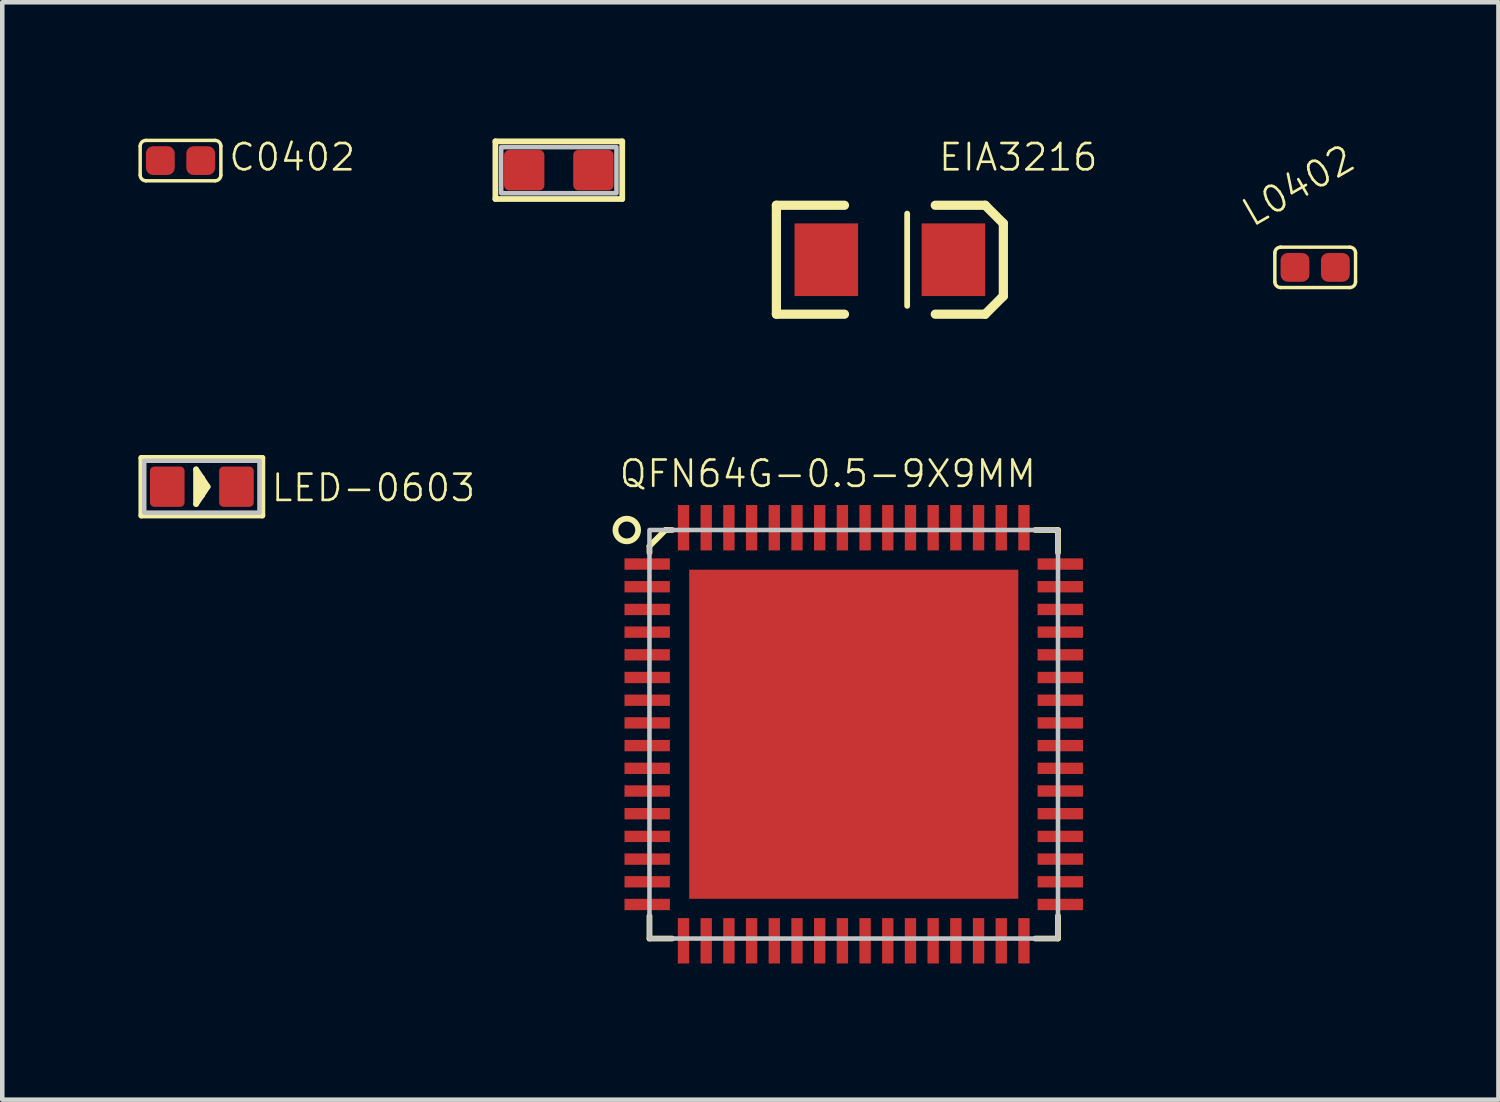
<source format=kicad_pcb>
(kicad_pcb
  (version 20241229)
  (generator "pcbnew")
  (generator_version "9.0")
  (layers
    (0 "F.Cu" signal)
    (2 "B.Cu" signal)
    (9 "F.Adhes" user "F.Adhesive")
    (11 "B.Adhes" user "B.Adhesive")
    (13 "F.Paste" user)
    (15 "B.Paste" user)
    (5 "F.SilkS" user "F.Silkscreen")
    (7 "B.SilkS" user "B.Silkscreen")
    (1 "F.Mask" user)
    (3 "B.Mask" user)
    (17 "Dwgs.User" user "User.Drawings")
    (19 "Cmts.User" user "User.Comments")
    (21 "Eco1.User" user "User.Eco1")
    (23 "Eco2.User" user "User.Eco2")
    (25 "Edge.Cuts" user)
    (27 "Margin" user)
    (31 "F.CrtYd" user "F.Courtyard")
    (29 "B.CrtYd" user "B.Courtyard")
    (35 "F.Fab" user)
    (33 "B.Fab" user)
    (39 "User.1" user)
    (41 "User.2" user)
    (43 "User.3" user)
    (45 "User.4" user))
  (footprint "QFN64G-0.5-9X9MM"
    (layer "F.Cu")
    (at 15.758 13.126)
    (property "Reference" "QFN64G-0.5-9X9MM" (at -5.2 -5.4 180) (layer "F.SilkS") (effects (font (size 0.579 0.579) (thickness 0.058)) (justify left bottom)))
    (attr through_hole)
    (fp_line (start -4.5 -4.146) (end -4.5 -4) (stroke (width 0.127) (type solid)) (layer "F.SilkS"))
    (fp_line (start -4.5 4.5) (end -4.5 4) (stroke (width 0.127) (type solid)) (layer "F.SilkS"))
    (fp_line (start -4.146 -4.5) (end -4.5 -4.146) (stroke (width 0.127) (type solid)) (layer "F.SilkS"))
    (fp_line (start -4 -4.5) (end -4.146 -4.5) (stroke (width 0.127) (type solid)) (layer "F.SilkS"))
    (fp_line (start -4 4.5) (end -4.5 4.5) (stroke (width 0.127) (type solid)) (layer "F.SilkS"))
    (fp_line (start 4 -4.5) (end 4.5 -4.5) (stroke (width 0.127) (type solid)) (layer "F.SilkS"))
    (fp_line (start 4 4.5) (end 4.5 4.5) (stroke (width 0.127) (type solid)) (layer "F.SilkS"))
    (fp_line (start 4.5 -4.5) (end 4.5 -4) (stroke (width 0.127) (type solid)) (layer "F.SilkS"))
    (fp_line (start 4.5 4.5) (end 4.5 4) (stroke (width 0.127) (type solid)) (layer "F.SilkS"))
    (fp_circle (center -5 -4.5) (end -4.75 -4.5) (stroke (width 0.127) (type solid)) (fill no) (layer "F.SilkS"))
    (fp_poly (pts (xy -3.5 -0.25) (xy -0.25 -0.25) (xy -0.25 -3.5) (xy -3.5 -3.5)) (stroke (width 0) (type solid)) (fill yes) (layer "F.Paste"))
    (fp_poly (pts (xy -3.5 3.5) (xy -0.25 3.5) (xy -0.25 0.25) (xy -3.5 0.25)) (stroke (width 0) (type solid)) (fill yes) (layer "F.Paste"))
    (fp_poly (pts (xy 0.25 -0.25) (xy 3.5 -0.25) (xy 3.5 -3.5) (xy 0.25 -3.5)) (stroke (width 0) (type solid)) (fill yes) (layer "F.Paste"))
    (fp_poly (pts (xy 0.25 3.5) (xy 3.5 3.5) (xy 3.5 0.25) (xy 0.25 0.25)) (stroke (width 0) (type solid)) (fill yes) (layer "F.Paste"))
    (fp_poly (pts (xy -4.5 4.5) (xy 4.5 4.5) (xy 4.5 -4.5) (xy -4.5 -4.5)) (stroke (width 0.1) (type solid)) (fill no) (layer "Dwgs.User"))
    (pad "1" smd rect (at -4.55 -3.75) (size 1 0.25) (layers "F.Cu" "F.Mask" "F.Paste"))
    (pad "2" smd rect (at -4.55 -3.25) (size 1 0.25) (layers "F.Cu" "F.Mask" "F.Paste"))
    (pad "3" smd rect (at -4.55 -2.75) (size 1 0.25) (layers "F.Cu" "F.Mask" "F.Paste"))
    (pad "4" smd rect (at -4.55 -2.25) (size 1 0.25) (layers "F.Cu" "F.Mask" "F.Paste"))
    (pad "5" smd rect (at -4.55 -1.75) (size 1 0.25) (layers "F.Cu" "F.Mask" "F.Paste"))
    (pad "6" smd rect (at -4.55 -1.25) (size 1 0.25) (layers "F.Cu" "F.Mask" "F.Paste"))
    (pad "7" smd rect (at -4.55 -0.75) (size 1 0.25) (layers "F.Cu" "F.Mask" "F.Paste"))
    (pad "8" smd rect (at -4.55 -0.25) (size 1 0.25) (layers "F.Cu" "F.Mask" "F.Paste"))
    (pad "9" smd rect (at -4.55 0.25) (size 1 0.25) (layers "F.Cu" "F.Mask" "F.Paste"))
    (pad "10" smd rect (at -4.55 0.75) (size 1 0.25) (layers "F.Cu" "F.Mask" "F.Paste"))
    (pad "11" smd rect (at -4.55 1.25) (size 1 0.25) (layers "F.Cu" "F.Mask" "F.Paste"))
    (pad "12" smd rect (at -4.55 1.75) (size 1 0.25) (layers "F.Cu" "F.Mask" "F.Paste"))
    (pad "13" smd rect (at -4.55 2.25) (size 1 0.25) (layers "F.Cu" "F.Mask" "F.Paste"))
    (pad "14" smd rect (at -4.55 2.75) (size 1 0.25) (layers "F.Cu" "F.Mask" "F.Paste"))
    (pad "15" smd rect (at -4.55 3.25) (size 1 0.25) (layers "F.Cu" "F.Mask" "F.Paste"))
    (pad "16" smd rect (at -4.55 3.75) (size 1 0.25) (layers "F.Cu" "F.Mask" "F.Paste"))
    (pad "17" smd rect (at -3.75 4.55 90) (size 1 0.25) (layers "F.Cu" "F.Mask" "F.Paste"))
    (pad "18" smd rect (at -3.25 4.55 90) (size 1 0.25) (layers "F.Cu" "F.Mask" "F.Paste"))
    (pad "19" smd rect (at -2.75 4.55 90) (size 1 0.25) (layers "F.Cu" "F.Mask" "F.Paste"))
    (pad "20" smd rect (at -2.25 4.55 90) (size 1 0.25) (layers "F.Cu" "F.Mask" "F.Paste"))
    (pad "21" smd rect (at -1.75 4.55 90) (size 1 0.25) (layers "F.Cu" "F.Mask" "F.Paste"))
    (pad "22" smd rect (at -1.25 4.55 90) (size 1 0.25) (layers "F.Cu" "F.Mask" "F.Paste"))
    (pad "23" smd rect (at -0.75 4.55 90) (size 1 0.25) (layers "F.Cu" "F.Mask" "F.Paste"))
    (pad "24" smd rect (at -0.25 4.55 90) (size 1 0.25) (layers "F.Cu" "F.Mask" "F.Paste"))
    (pad "25" smd rect (at 0.25 4.55 90) (size 1 0.25) (layers "F.Cu" "F.Mask" "F.Paste"))
    (pad "26" smd rect (at 0.75 4.55 90) (size 1 0.25) (layers "F.Cu" "F.Mask" "F.Paste"))
    (pad "27" smd rect (at 1.25 4.55 90) (size 1 0.25) (layers "F.Cu" "F.Mask" "F.Paste"))
    (pad "28" smd rect (at 1.75 4.55 90) (size 1 0.25) (layers "F.Cu" "F.Mask" "F.Paste"))
    (pad "29" smd rect (at 2.25 4.55 90) (size 1 0.25) (layers "F.Cu" "F.Mask" "F.Paste"))
    (pad "30" smd rect (at 2.75 4.55 90) (size 1 0.25) (layers "F.Cu" "F.Mask" "F.Paste"))
    (pad "31" smd rect (at 3.25 4.55 90) (size 1 0.25) (layers "F.Cu" "F.Mask" "F.Paste"))
    (pad "32" smd rect (at 3.75 4.55 90) (size 1 0.25) (layers "F.Cu" "F.Mask" "F.Paste"))
    (pad "33" smd rect (at 4.55 3.75 180) (size 1 0.25) (layers "F.Cu" "F.Mask" "F.Paste"))
    (pad "34" smd rect (at 4.55 3.25 180) (size 1 0.25) (layers "F.Cu" "F.Mask" "F.Paste"))
    (pad "35" smd rect (at 4.55 2.75 180) (size 1 0.25) (layers "F.Cu" "F.Mask" "F.Paste"))
    (pad "36" smd rect (at 4.55 2.25 180) (size 1 0.25) (layers "F.Cu" "F.Mask" "F.Paste"))
    (pad "37" smd rect (at 4.55 1.75 180) (size 1 0.25) (layers "F.Cu" "F.Mask" "F.Paste"))
    (pad "38" smd rect (at 4.55 1.25 180) (size 1 0.25) (layers "F.Cu" "F.Mask" "F.Paste"))
    (pad "39" smd rect (at 4.55 0.75 180) (size 1 0.25) (layers "F.Cu" "F.Mask" "F.Paste"))
    (pad "40" smd rect (at 4.55 0.25 180) (size 1 0.25) (layers "F.Cu" "F.Mask" "F.Paste"))
    (pad "41" smd rect (at 4.55 -0.25 180) (size 1 0.25) (layers "F.Cu" "F.Mask" "F.Paste"))
    (pad "42" smd rect (at 4.55 -0.75 180) (size 1 0.25) (layers "F.Cu" "F.Mask" "F.Paste"))
    (pad "43" smd rect (at 4.55 -1.25 180) (size 1 0.25) (layers "F.Cu" "F.Mask" "F.Paste"))
    (pad "44" smd rect (at 4.55 -1.75 180) (size 1 0.25) (layers "F.Cu" "F.Mask" "F.Paste"))
    (pad "45" smd rect (at 4.55 -2.25 180) (size 1 0.25) (layers "F.Cu" "F.Mask" "F.Paste"))
    (pad "46" smd rect (at 4.55 -2.75 180) (size 1 0.25) (layers "F.Cu" "F.Mask" "F.Paste"))
    (pad "47" smd rect (at 4.55 -3.25 180) (size 1 0.25) (layers "F.Cu" "F.Mask" "F.Paste"))
    (pad "48" smd rect (at 4.55 -3.75 180) (size 1 0.25) (layers "F.Cu" "F.Mask" "F.Paste"))
    (pad "49" smd rect (at 3.75 -4.55 270) (size 1 0.25) (layers "F.Cu" "F.Mask" "F.Paste"))
    (pad "50" smd rect (at 3.25 -4.55 270) (size 1 0.25) (layers "F.Cu" "F.Mask" "F.Paste"))
    (pad "51" smd rect (at 2.75 -4.55 270) (size 1 0.25) (layers "F.Cu" "F.Mask" "F.Paste"))
    (pad "52" smd rect (at 2.25 -4.55 270) (size 1 0.25) (layers "F.Cu" "F.Mask" "F.Paste"))
    (pad "53" smd rect (at 1.75 -4.55 270) (size 1 0.25) (layers "F.Cu" "F.Mask" "F.Paste"))
    (pad "54" smd rect (at 1.25 -4.55 270) (size 1 0.25) (layers "F.Cu" "F.Mask" "F.Paste"))
    (pad "55" smd rect (at 0.75 -4.55 270) (size 1 0.25) (layers "F.Cu" "F.Mask" "F.Paste"))
    (pad "56" smd rect (at 0.25 -4.55 270) (size 1 0.25) (layers "F.Cu" "F.Mask" "F.Paste"))
    (pad "57" smd rect (at -0.25 -4.55 270) (size 1 0.25) (layers "F.Cu" "F.Mask" "F.Paste"))
    (pad "58" smd rect (at -0.75 -4.55 270) (size 1 0.25) (layers "F.Cu" "F.Mask" "F.Paste"))
    (pad "59" smd rect (at -1.25 -4.55 270) (size 1 0.25) (layers "F.Cu" "F.Mask" "F.Paste"))
    (pad "60" smd rect (at -1.75 -4.55 270) (size 1 0.25) (layers "F.Cu" "F.Mask" "F.Paste"))
    (pad "61" smd rect (at -2.25 -4.55 270) (size 1 0.25) (layers "F.Cu" "F.Mask" "F.Paste"))
    (pad "62" smd rect (at -2.75 -4.55 270) (size 1 0.25) (layers "F.Cu" "F.Mask" "F.Paste"))
    (pad "63" smd rect (at -3.25 -4.55 270) (size 1 0.25) (layers "F.Cu" "F.Mask" "F.Paste"))
    (pad "64" smd rect (at -3.75 -4.55 270) (size 1 0.25) (layers "F.Cu" "F.Mask" "F.Paste"))
    (pad "65" smd rect (at 0 0) (size 7.25 7.25) (layers "F.Cu" "F.Mask")))
  (footprint "C0603"
    (layer "F.Cu")
    (at 9.261 0.699)
    (property "Reference" "C0603" (at -1.27 0.254 0) (layer "F.Mask") (effects (font (size 0.603 0.603) (thickness 0.06)) (justify left bottom)))
    (attr through_hole)
    (fp_line (start -1.397 -0.635) (end 1.397 -0.635) (stroke (width 0.127) (type solid)) (layer "F.SilkS"))
    (fp_line (start -1.397 0.635) (end -1.397 -0.635) (stroke (width 0.127) (type solid)) (layer "F.SilkS"))
    (fp_line (start 1.397 -0.635) (end 1.397 0.635) (stroke (width 0.127) (type solid)) (layer "F.SilkS"))
    (fp_line (start 1.397 0.635) (end -1.397 0.635) (stroke (width 0.127) (type solid)) (layer "F.SilkS"))
    (fp_poly (pts (xy -1.27 0.508) (xy 1.27 0.508) (xy 1.27 -0.508) (xy -1.27 -0.508)) (stroke (width 0.1) (type solid)) (fill no) (layer "Dwgs.User"))
    (pad "1" smd roundrect (at -0.762 0) (size 0.889 0.889) (layers "F.Cu" "F.Mask" "F.Paste") (roundrect_rratio 0.125))
    (pad "2" smd roundrect (at 0.762 0) (size 0.889 0.889) (layers "F.Cu" "F.Mask" "F.Paste") (roundrect_rratio 0.125)))
  (footprint "L0402"
    (layer "F.Cu")
    (at 25.924 2.84)
    (property "Reference" "L0402" (at -1.393 -0.822 30) (layer "F.SilkS") (effects (font (size 0.579 0.579) (thickness 0.058)) (justify left bottom)))
    (attr through_hole)
    (fp_line (start -0.889 0.318) (end -0.889 -0.318) (stroke (width 0.076) (type solid)) (layer "F.SilkS"))
    (fp_line (start -0.762 -0.445) (end 0.762 -0.445) (stroke (width 0.076) (type solid)) (layer "F.SilkS"))
    (fp_line (start 0.762 0.445) (end -0.762 0.445) (stroke (width 0.076) (type solid)) (layer "F.SilkS"))
    (fp_line (start 0.889 -0.318) (end 0.889 0.318) (stroke (width 0.076) (type solid)) (layer "F.SilkS"))
    (fp_arc (start -0.889 -0.3175) (mid -0.851803 -0.407303) (end -0.762 -0.4445) (stroke (width 0.0762) (type solid)) (layer "F.SilkS"))
    (fp_arc (start -0.762 0.4445) (mid -0.851803 0.407303) (end -0.889 0.3175) (stroke (width 0.0762) (type solid)) (layer "F.SilkS"))
    (fp_arc (start 0.762 -0.4445) (mid 0.851803 -0.407303) (end 0.889 -0.3175) (stroke (width 0.0762) (type solid)) (layer "F.SilkS"))
    (fp_arc (start 0.889 0.3175) (mid 0.851803 0.407303) (end 0.762 0.4445) (stroke (width 0.0762) (type solid)) (layer "F.SilkS"))
    (pad "1" smd roundrect (at -0.445 0) (size 0.635 0.635) (layers "F.Cu" "F.Mask" "F.Paste") (roundrect_rratio 0.25))
    (pad "2" smd roundrect (at 0.445 0) (size 0.635 0.635) (layers "F.Cu" "F.Mask" "F.Paste") (roundrect_rratio 0.25)))
  (footprint "EIA3216"
    (layer "F.Cu")
    (at 16.554 2.672)
    (property "Reference" "EIA3216" (at 1.04 -1.919 0) (layer "F.SilkS") (effects (font (size 0.579 0.579) (thickness 0.058)) (justify left bottom)))
    (attr through_hole)
    (fp_line (start -2.5 -1.2) (end -1 -1.2) (stroke (width 0.203) (type solid)) (layer "F.SilkS"))
    (fp_line (start -2.5 1.2) (end -2.5 -1.2) (stroke (width 0.203) (type solid)) (layer "F.SilkS"))
    (fp_line (start -1 1.2) (end -2.5 1.2) (stroke (width 0.203) (type solid)) (layer "F.SilkS"))
    (fp_line (start 0.381 -1.016) (end 0.381 1.016) (stroke (width 0.127) (type solid)) (layer "F.SilkS"))
    (fp_line (start 1 1.2) (end 2.1 1.2) (stroke (width 0.203) (type solid)) (layer "F.SilkS"))
    (fp_line (start 2.1 -1.2) (end 1 -1.2) (stroke (width 0.203) (type solid)) (layer "F.SilkS"))
    (fp_line (start 2.1 1.2) (end 2.5 0.8) (stroke (width 0.203) (type solid)) (layer "F.SilkS"))
    (fp_line (start 2.5 -0.8) (end 2.1 -1.2) (stroke (width 0.203) (type solid)) (layer "F.SilkS"))
    (fp_line (start 2.5 0.8) (end 2.5 -0.8) (stroke (width 0.203) (type solid)) (layer "F.SilkS"))
    (pad "A" smd rect (at 1.4 0 90) (size 1.6 1.4) (layers "F.Cu" "F.Mask" "F.Paste"))
    (pad "C" smd rect (at -1.4 0 90) (size 1.6 1.4) (layers "F.Cu" "F.Mask" "F.Paste")))
  (footprint "LED-0603"
    (layer "F.Cu")
    (at 1.397 7.672)
    (property "Reference" "LED-0603" (at 1.495 0.365 0) (layer "F.SilkS") (effects (font (size 0.579 0.579) (thickness 0.058)) (justify left bottom)))
    (attr through_hole)
    (fp_line (start -1.333 -0.635) (end 1.333 -0.635) (stroke (width 0.127) (type solid)) (layer "F.SilkS"))
    (fp_line (start -1.333 0.635) (end -1.333 -0.635) (stroke (width 0.127) (type solid)) (layer "F.SilkS"))
    (fp_line (start -0.127 -0.381) (end -0.127 0.381) (stroke (width 0.127) (type solid)) (layer "F.SilkS"))
    (fp_line (start -0.127 0.381) (end 0 0.191) (stroke (width 0.127) (type solid)) (layer "F.SilkS"))
    (fp_line (start -0.064 -0.254) (end -0.064 0.254) (stroke (width 0.127) (type solid)) (layer "F.SilkS"))
    (fp_line (start 0 -0.191) (end -0.127 -0.381) (stroke (width 0.127) (type solid)) (layer "F.SilkS"))
    (fp_line (start 0 -0.191) (end 0 0.191) (stroke (width 0.127) (type solid)) (layer "F.SilkS"))
    (fp_line (start 0 0.191) (end 0.127 0) (stroke (width 0.127) (type solid)) (layer "F.SilkS"))
    (fp_line (start 0.127 0) (end 0 -0.191) (stroke (width 0.127) (type solid)) (layer "F.SilkS"))
    (fp_line (start 1.333 -0.635) (end 1.333 0.635) (stroke (width 0.127) (type solid)) (layer "F.SilkS"))
    (fp_line (start 1.333 0.635) (end -1.333 0.635) (stroke (width 0.127) (type solid)) (layer "F.SilkS"))
    (fp_poly (pts (xy -1.27 0.572) (xy 1.27 0.572) (xy 1.27 -0.572) (xy -1.27 -0.572)) (stroke (width 0.1) (type solid)) (fill no) (layer "Dwgs.User"))
    (pad "+" smd roundrect (at -0.762 0) (size 0.762 0.889) (layers "F.Cu" "F.Mask" "F.Paste") (roundrect_rratio 0.125))
    (pad "-" smd roundrect (at 0.762 0) (size 0.762 0.889) (layers "F.Cu" "F.Mask" "F.Paste") (roundrect_rratio 0.125)))
  (footprint "C0402"
    (layer "F.Cu")
    (at 0.927 0.488)
    (property "Reference" "C0402" (at 1.03 0.265 0) (layer "F.SilkS") (effects (font (size 0.579 0.579) (thickness 0.058)) (justify left bottom)))
    (attr through_hole)
    (fp_line (start -0.889 0.318) (end -0.889 -0.318) (stroke (width 0.076) (type solid)) (layer "F.SilkS"))
    (fp_line (start -0.762 -0.445) (end 0.762 -0.445) (stroke (width 0.076) (type solid)) (layer "F.SilkS"))
    (fp_line (start 0.762 0.445) (end -0.762 0.445) (stroke (width 0.076) (type solid)) (layer "F.SilkS"))
    (fp_line (start 0.889 -0.318) (end 0.889 0.318) (stroke (width 0.076) (type solid)) (layer "F.SilkS"))
    (fp_arc (start -0.889 -0.3175) (mid -0.851803 -0.407303) (end -0.762 -0.4445) (stroke (width 0.0762) (type solid)) (layer "F.SilkS"))
    (fp_arc (start -0.762 0.4445) (mid -0.851803 0.407303) (end -0.889 0.3175) (stroke (width 0.0762) (type solid)) (layer "F.SilkS"))
    (fp_arc (start 0.762 -0.4445) (mid 0.851803 -0.407303) (end 0.889 -0.3175) (stroke (width 0.0762) (type solid)) (layer "F.SilkS"))
    (fp_arc (start 0.889 0.3175) (mid 0.851803 0.407303) (end 0.762 0.4445) (stroke (width 0.0762) (type solid)) (layer "F.SilkS"))
    (pad "1" smd roundrect (at -0.445 0) (size 0.635 0.635) (layers "F.Cu" "F.Mask" "F.Paste") (roundrect_rratio 0.25))
    (pad "2" smd roundrect (at 0.445 0) (size 0.635 0.635) (layers "F.Cu" "F.Mask" "F.Paste") (roundrect_rratio 0.25)))
  (gr_rect
    (start -3 -3)
    (end 29.961 21.176)
    (stroke (width 0.1) (type default))
    (fill no)
    (layer "Edge.Cuts")))
</source>
